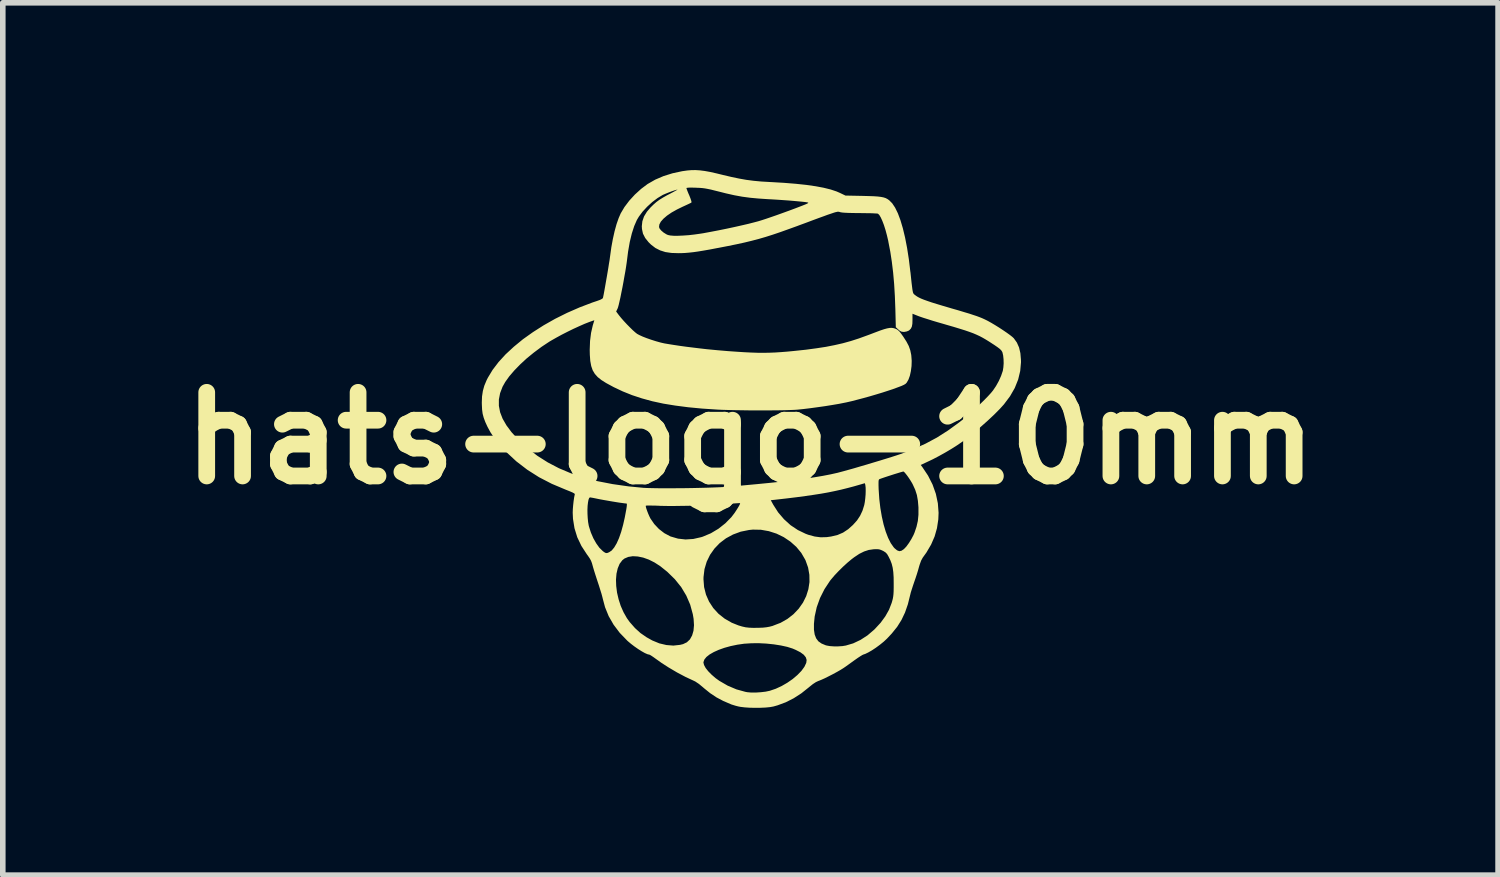
<source format=kicad_pcb>
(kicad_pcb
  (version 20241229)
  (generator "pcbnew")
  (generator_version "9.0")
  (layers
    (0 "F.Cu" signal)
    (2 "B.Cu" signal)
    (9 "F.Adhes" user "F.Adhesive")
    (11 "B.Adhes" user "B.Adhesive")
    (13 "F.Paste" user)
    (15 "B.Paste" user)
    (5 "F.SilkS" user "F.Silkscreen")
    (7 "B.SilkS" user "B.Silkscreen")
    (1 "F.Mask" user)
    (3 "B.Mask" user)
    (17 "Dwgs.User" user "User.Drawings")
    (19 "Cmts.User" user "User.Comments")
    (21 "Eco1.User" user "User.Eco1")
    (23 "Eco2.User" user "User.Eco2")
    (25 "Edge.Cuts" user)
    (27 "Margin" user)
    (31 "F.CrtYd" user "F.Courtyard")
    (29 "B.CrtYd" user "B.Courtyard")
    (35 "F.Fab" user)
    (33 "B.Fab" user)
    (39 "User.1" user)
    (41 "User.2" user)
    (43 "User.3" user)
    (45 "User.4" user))
  (footprint "hats-logo-10mm"
    (layer "F.Cu")
    (at 10.407 4.807)
    (property "Reference" "hats-logo-10mm" (at 0 0 0) (layer "F.SilkS") (effects (font (size 1.5 1.5) (thickness 0.3))))
    (attr board_only exclude_from_pos_files exclude_from_bom)
    (fp_poly (pts (xy -0.906 -4.802) (xy -0.819 -4.791) (xy -0.72 -4.773) (xy -0.605 -4.747) (xy -0.495 -4.72) (xy -0.342 -4.684) (xy -0.204 -4.655) (xy -0.074 -4.632) (xy 0.056 -4.615) (xy 0.194 -4.602) (xy 0.348 -4.593) (xy 0.372 -4.592) (xy 0.606 -4.578) (xy 0.816 -4.561) (xy 1.004 -4.541) (xy 1.17 -4.517) (xy 1.314 -4.49) (xy 1.439 -4.459) (xy 1.544 -4.424) (xy 1.606 -4.397) (xy 1.704 -4.35) (xy 2.009 -4.344) (xy 2.121 -4.341) (xy 2.211 -4.338) (xy 2.284 -4.333) (xy 2.341 -4.326) (xy 2.387 -4.317) (xy 2.424 -4.305) (xy 2.455 -4.289) (xy 2.484 -4.269) (xy 2.487 -4.267) (xy 2.542 -4.212) (xy 2.594 -4.134) (xy 2.644 -4.032) (xy 2.69 -3.909) (xy 2.733 -3.764) (xy 2.773 -3.598) (xy 2.809 -3.412) (xy 2.841 -3.206) (xy 2.868 -2.982) (xy 2.87 -2.972) (xy 2.881 -2.867) (xy 2.89 -2.783) (xy 2.898 -2.719) (xy 2.904 -2.67) (xy 2.91 -2.635) (xy 2.916 -2.61) (xy 2.923 -2.594) (xy 2.932 -2.582) (xy 2.943 -2.573) (xy 2.956 -2.563) (xy 2.964 -2.557) (xy 2.99 -2.539) (xy 3.022 -2.521) (xy 3.062 -2.502) (xy 3.112 -2.482) (xy 3.174 -2.46) (xy 3.25 -2.434) (xy 3.344 -2.405) (xy 3.456 -2.371) (xy 3.589 -2.332) (xy 3.605 -2.327) (xy 3.731 -2.291) (xy 3.836 -2.259) (xy 3.924 -2.233) (xy 3.996 -2.209) (xy 4.057 -2.189) (xy 4.108 -2.17) (xy 4.153 -2.152) (xy 4.195 -2.133) (xy 4.236 -2.113) (xy 4.263 -2.099) (xy 4.322 -2.066) (xy 4.389 -2.026) (xy 4.46 -1.982) (xy 4.53 -1.936) (xy 4.596 -1.891) (xy 4.653 -1.85) (xy 4.696 -1.816) (xy 4.723 -1.791) (xy 4.778 -1.714) (xy 4.817 -1.626) (xy 4.841 -1.524) (xy 4.851 -1.406) (xy 4.852 -1.362) (xy 4.838 -1.205) (xy 4.801 -1.051) (xy 4.74 -0.899) (xy 4.655 -0.751) (xy 4.546 -0.606) (xy 4.473 -0.525) (xy 4.374 -0.425) (xy 4.259 -0.317) (xy 4.134 -0.206) (xy 4.006 -0.098) (xy 3.88 0.003) (xy 3.79 0.071) (xy 3.705 0.129) (xy 3.604 0.193) (xy 3.494 0.258) (xy 3.381 0.321) (xy 3.272 0.378) (xy 3.22 0.403) (xy 3.054 0.481) (xy 3.083 0.519) (xy 3.185 0.672) (xy 3.266 0.832) (xy 3.325 0.998) (xy 3.361 1.168) (xy 3.374 1.339) (xy 3.369 1.458) (xy 3.345 1.615) (xy 3.303 1.763) (xy 3.24 1.908) (xy 3.156 2.051) (xy 3.09 2.143) (xy 3.061 2.196) (xy 3.034 2.271) (xy 3.023 2.308) (xy 3.007 2.366) (xy 2.985 2.438) (xy 2.96 2.514) (xy 2.936 2.583) (xy 2.914 2.648) (xy 2.893 2.713) (xy 2.875 2.77) (xy 2.865 2.812) (xy 2.864 2.815) (xy 2.823 2.98) (xy 2.772 3.127) (xy 2.709 3.26) (xy 2.631 3.384) (xy 2.535 3.503) (xy 2.449 3.595) (xy 2.39 3.65) (xy 2.322 3.705) (xy 2.25 3.758) (xy 2.179 3.805) (xy 2.113 3.843) (xy 2.057 3.87) (xy 2.029 3.879) (xy 2.007 3.889) (xy 1.971 3.911) (xy 1.925 3.941) (xy 1.874 3.977) (xy 1.868 3.981) (xy 1.811 4.022) (xy 1.753 4.064) (xy 1.701 4.101) (xy 1.664 4.126) (xy 1.614 4.157) (xy 1.551 4.193) (xy 1.479 4.232) (xy 1.405 4.27) (xy 1.335 4.305) (xy 1.273 4.333) (xy 1.226 4.352) (xy 1.221 4.353) (xy 1.174 4.375) (xy 1.119 4.411) (xy 1.054 4.463) (xy 1.051 4.466) (xy 0.913 4.576) (xy 0.775 4.665) (xy 0.635 4.736) (xy 0.487 4.791) (xy 0.413 4.812) (xy 0.352 4.823) (xy 0.272 4.831) (xy 0.181 4.835) (xy 0.084 4.836) (xy -0.013 4.834) (xy -0.102 4.828) (xy -0.178 4.819) (xy -0.219 4.811) (xy -0.269 4.798) (xy -0.314 4.784) (xy -0.346 4.774) (xy -0.347 4.773) (xy -0.487 4.713) (xy -0.61 4.648) (xy -0.721 4.574) (xy -0.83 4.486) (xy -0.852 4.467) (xy -0.923 4.408) (xy -0.989 4.364) (xy -1.02 4.349) (xy -1.164 4.282) (xy -1.317 4.201) (xy -1.471 4.11) (xy -1.604 4.024) (xy -0.843 4.024) (xy -0.832 4.068) (xy -0.803 4.122) (xy -0.757 4.18) (xy -0.697 4.241) (xy -0.627 4.302) (xy -0.556 4.353) (xy -0.407 4.439) (xy -0.251 4.505) (xy -0.092 4.549) (xy -0.055 4.556) (xy 0.014 4.562) (xy 0.098 4.562) (xy 0.187 4.556) (xy 0.273 4.546) (xy 0.348 4.53) (xy 0.348 4.53) (xy 0.454 4.494) (xy 0.56 4.445) (xy 0.662 4.386) (xy 0.757 4.32) (xy 0.842 4.248) (xy 0.914 4.174) (xy 0.968 4.1) (xy 1.001 4.03) (xy 1.008 3.978) (xy 0.993 3.93) (xy 0.956 3.884) (xy 0.896 3.84) (xy 0.812 3.797) (xy 0.756 3.773) (xy 0.661 3.743) (xy 0.547 3.718) (xy 0.421 3.698) (xy 0.286 3.684) (xy 0.151 3.677) (xy 0.018 3.678) (xy -0.105 3.686) (xy -0.11 3.686) (xy -0.235 3.704) (xy -0.355 3.729) (xy -0.467 3.76) (xy -0.568 3.796) (xy -0.657 3.836) (xy -0.732 3.879) (xy -0.789 3.924) (xy -0.826 3.97) (xy -0.842 4.015) (xy -0.843 4.024) (xy -1.604 4.024) (xy -1.617 4.014) (xy -1.699 3.956) (xy -1.742 3.925) (xy -1.778 3.901) (xy -1.803 3.886) (xy -1.811 3.883) (xy -1.845 3.875) (xy -1.893 3.854) (xy -1.95 3.822) (xy -2.015 3.781) (xy -2.081 3.735) (xy -2.145 3.686) (xy -2.204 3.636) (xy -2.212 3.628) (xy -2.344 3.491) (xy -2.454 3.345) (xy -2.542 3.192) (xy -2.607 3.032) (xy -2.644 2.894) (xy -2.655 2.85) (xy -2.671 2.79) (xy -2.693 2.72) (xy -2.716 2.646) (xy -2.729 2.607) (xy -2.752 2.537) (xy -2.411 2.537) (xy -2.407 2.651) (xy -2.392 2.77) (xy -2.364 2.89) (xy -2.326 3.008) (xy -2.276 3.121) (xy -2.216 3.227) (xy -2.165 3.298) (xy -2.07 3.406) (xy -1.972 3.495) (xy -1.862 3.571) (xy -1.76 3.628) (xy -1.634 3.68) (xy -1.507 3.71) (xy -1.383 3.72) (xy -1.263 3.707) (xy -1.209 3.694) (xy -1.14 3.661) (xy -1.085 3.609) (xy -1.046 3.539) (xy -1.021 3.454) (xy -1.012 3.354) (xy -1.019 3.241) (xy -1.033 3.158) (xy -1.08 2.986) (xy -1.15 2.824) (xy -1.241 2.672) (xy -1.355 2.53) (xy -1.356 2.529) (xy -0.842 2.529) (xy -0.831 2.671) (xy -0.797 2.806) (xy -0.742 2.931) (xy -0.667 3.046) (xy -0.573 3.149) (xy -0.462 3.237) (xy -0.335 3.31) (xy -0.215 3.358) (xy -0.148 3.378) (xy -0.086 3.392) (xy -0.022 3.399) (xy 0.051 3.402) (xy 0.141 3.401) (xy 0.147 3.401) (xy 0.225 3.398) (xy 0.289 3.391) (xy 0.344 3.381) (xy 0.401 3.366) (xy 0.402 3.365) (xy 0.495 3.329) (xy 1.139 3.329) (xy 1.139 3.435) (xy 1.152 3.521) (xy 1.178 3.589) (xy 1.218 3.643) (xy 1.275 3.683) (xy 1.349 3.714) (xy 1.368 3.719) (xy 1.424 3.729) (xy 1.496 3.734) (xy 1.574 3.734) (xy 1.65 3.729) (xy 1.711 3.719) (xy 1.843 3.68) (xy 1.974 3.618) (xy 2.099 3.537) (xy 2.215 3.438) (xy 2.228 3.426) (xy 2.335 3.31) (xy 2.419 3.195) (xy 2.485 3.078) (xy 2.533 2.954) (xy 2.543 2.919) (xy 2.553 2.881) (xy 2.56 2.842) (xy 2.565 2.799) (xy 2.568 2.745) (xy 2.569 2.676) (xy 2.569 2.607) (xy 2.568 2.496) (xy 2.562 2.403) (xy 2.551 2.324) (xy 2.534 2.255) (xy 2.509 2.189) (xy 2.476 2.122) (xy 2.476 2.122) (xy 2.451 2.079) (xy 2.425 2.051) (xy 2.39 2.028) (xy 2.373 2.019) (xy 2.337 2.003) (xy 2.306 1.994) (xy 2.272 1.991) (xy 2.225 1.992) (xy 2.207 1.993) (xy 2.122 2.005) (xy 2.039 2.032) (xy 1.952 2.075) (xy 1.859 2.137) (xy 1.813 2.172) (xy 1.74 2.233) (xy 1.661 2.305) (xy 1.582 2.383) (xy 1.508 2.461) (xy 1.447 2.533) (xy 1.427 2.558) (xy 1.328 2.708) (xy 1.248 2.867) (xy 1.189 3.031) (xy 1.152 3.198) (xy 1.139 3.329) (xy 0.495 3.329) (xy 0.54 3.312) (xy 0.663 3.242) (xy 0.772 3.157) (xy 0.865 3.059) (xy 0.942 2.95) (xy 1 2.833) (xy 1.039 2.709) (xy 1.059 2.581) (xy 1.057 2.451) (xy 1.034 2.32) (xy 0.988 2.191) (xy 0.982 2.179) (xy 0.912 2.058) (xy 0.822 1.949) (xy 0.716 1.855) (xy 0.597 1.775) (xy 0.467 1.712) (xy 0.33 1.668) (xy 0.188 1.643) (xy 0.044 1.64) (xy -0.025 1.647) (xy -0.174 1.677) (xy -0.312 1.728) (xy -0.438 1.796) (xy -0.55 1.881) (xy -0.645 1.98) (xy -0.724 2.092) (xy -0.784 2.215) (xy -0.824 2.349) (xy -0.841 2.49) (xy -0.842 2.529) (xy -1.356 2.529) (xy -1.491 2.397) (xy -1.617 2.296) (xy -1.719 2.23) (xy -1.822 2.178) (xy -1.923 2.142) (xy -2.02 2.122) (xy -2.11 2.117) (xy -2.191 2.13) (xy -2.259 2.159) (xy -2.297 2.189) (xy -2.346 2.254) (xy -2.38 2.336) (xy -2.402 2.431) (xy -2.411 2.537) (xy -2.752 2.537) (xy -2.754 2.531) (xy -2.779 2.454) (xy -2.802 2.381) (xy -2.82 2.321) (xy -2.826 2.299) (xy -2.842 2.242) (xy -2.859 2.197) (xy -2.882 2.156) (xy -2.914 2.109) (xy -2.934 2.082) (xy -3.031 1.933) (xy -3.105 1.778) (xy -3.155 1.616) (xy -3.182 1.447) (xy -3.187 1.337) (xy -3.185 1.284) (xy -2.923 1.284) (xy -2.922 1.357) (xy -2.918 1.432) (xy -2.911 1.503) (xy -2.9 1.566) (xy -2.895 1.586) (xy -2.861 1.693) (xy -2.817 1.795) (xy -2.765 1.887) (xy -2.709 1.965) (xy -2.65 2.023) (xy -2.642 2.03) (xy -2.61 2.052) (xy -2.589 2.061) (xy -2.566 2.059) (xy -2.534 2.046) (xy -2.488 2.015) (xy -2.443 1.961) (xy -2.399 1.887) (xy -2.357 1.793) (xy -2.318 1.681) (xy -2.283 1.554) (xy -2.254 1.426) (xy -2.238 1.341) (xy -2.226 1.277) (xy -2.219 1.232) (xy -2.217 1.211) (xy -1.876 1.211) (xy -1.876 1.229) (xy -1.867 1.262) (xy -1.852 1.306) (xy -1.833 1.355) (xy -1.812 1.403) (xy -1.793 1.441) (xy -1.725 1.54) (xy -1.641 1.629) (xy -1.544 1.704) (xy -1.441 1.759) (xy -1.429 1.764) (xy -1.299 1.802) (xy -1.164 1.817) (xy -1.025 1.808) (xy -0.884 1.776) (xy -0.855 1.767) (xy -0.71 1.706) (xy -0.574 1.625) (xy -0.45 1.527) (xy -0.342 1.417) (xy -0.284 1.341) (xy -0.246 1.283) (xy -0.215 1.233) (xy -0.194 1.195) (xy -0.185 1.171) (xy -0.186 1.166) (xy -0.199 1.165) (xy -0.232 1.167) (xy -0.281 1.17) (xy -0.343 1.174) (xy -0.403 1.179) (xy -0.528 1.188) (xy -0.666 1.196) (xy -0.813 1.203) (xy -0.964 1.208) (xy -1.114 1.213) (xy -1.259 1.215) (xy -1.395 1.217) (xy -1.516 1.216) (xy -1.617 1.214) (xy -1.628 1.213) (xy -1.703 1.21) (xy -1.768 1.209) (xy -1.821 1.208) (xy -1.858 1.209) (xy -1.875 1.211) (xy -1.876 1.211) (xy -2.217 1.211) (xy -2.216 1.201) (xy -2.216 1.183) (xy -2.219 1.174) (xy -2.225 1.172) (xy -2.25 1.17) (xy -2.294 1.164) (xy -2.353 1.156) (xy -2.421 1.145) (xy -2.494 1.133) (xy -2.568 1.12) (xy -2.609 1.113) (xy 0.365 1.113) (xy 0.41 1.195) (xy 0.497 1.331) (xy 0.602 1.454) (xy 0.72 1.561) (xy 0.851 1.648) (xy 0.99 1.715) (xy 1.038 1.733) (xy 1.152 1.764) (xy 1.259 1.778) (xy 1.368 1.775) (xy 1.447 1.764) (xy 1.561 1.737) (xy 1.661 1.694) (xy 1.753 1.633) (xy 1.838 1.557) (xy 1.911 1.476) (xy 1.966 1.393) (xy 2.009 1.302) (xy 2.041 1.2) (xy 2.051 1.147) (xy 2.059 1.083) (xy 2.065 1.014) (xy 2.067 0.947) (xy 2.066 0.888) (xy 2.061 0.844) (xy 2.059 0.833) (xy 2.051 0.808) (xy 1.969 0.832) (xy 1.851 0.866) (xy 1.737 0.896) (xy 1.625 0.924) (xy 1.512 0.949) (xy 1.395 0.973) (xy 1.272 0.995) (xy 1.138 1.016) (xy 0.992 1.037) (xy 0.83 1.059) (xy 0.65 1.081) (xy 0.448 1.104) (xy 0.43 1.106) (xy 0.365 1.113) (xy -2.609 1.113) (xy -2.637 1.108) (xy -2.696 1.097) (xy -2.717 1.093) (xy -2.775 1.081) (xy -2.824 1.071) (xy -2.86 1.065) (xy -2.877 1.062) (xy -2.878 1.062) (xy -2.892 1.074) (xy -2.904 1.106) (xy -2.913 1.154) (xy -2.92 1.215) (xy -2.923 1.284) (xy -3.185 1.284) (xy -3.185 1.276) (xy -3.179 1.204) (xy -3.171 1.13) (xy -3.161 1.062) (xy -3.15 1.009) (xy -3.149 1.004) (xy -3.158 0.992) (xy -3.191 0.974) (xy -3.247 0.95) (xy -3.315 0.923) (xy -3.562 0.819) (xy -3.79 0.701) (xy -4.001 0.567) (xy -4.198 0.416) (xy -4.379 0.248) (xy -4.493 0.127) (xy -4.586 0.01) (xy -4.663 -0.107) (xy -4.714 -0.201) (xy -4.755 -0.29) (xy -4.783 -0.366) (xy -4.802 -0.437) (xy -4.812 -0.512) (xy -4.816 -0.599) (xy -4.817 -0.635) (xy -4.815 -0.693) (xy -4.511 -0.693) (xy -4.511 -0.58) (xy -4.489 -0.465) (xy -4.444 -0.349) (xy -4.375 -0.229) (xy -4.284 -0.107) (xy -4.169 0.02) (xy -4.152 0.037) (xy -3.992 0.184) (xy -3.82 0.317) (xy -3.634 0.435) (xy -3.435 0.539) (xy -3.22 0.63) (xy -2.988 0.707) (xy -2.74 0.772) (xy -2.472 0.824) (xy -2.185 0.865) (xy -1.917 0.891) (xy -1.857 0.894) (xy -1.776 0.896) (xy -1.678 0.898) (xy -1.566 0.899) (xy -1.442 0.899) (xy -1.312 0.898) (xy -1.178 0.897) (xy -1.043 0.895) (xy -0.912 0.892) (xy -0.787 0.889) (xy -0.672 0.885) (xy -0.57 0.881) (xy -0.485 0.877) (xy -0.446 0.874) (xy -0.155 0.85) (xy 0.113 0.825) (xy 0.359 0.801) (xy 0.387 0.798) (xy 2.297 0.798) (xy 2.297 0.847) (xy 2.299 0.916) (xy 2.3 0.928) (xy 2.311 1.094) (xy 2.33 1.254) (xy 2.356 1.406) (xy 2.388 1.548) (xy 2.426 1.676) (xy 2.469 1.788) (xy 2.516 1.882) (xy 2.567 1.955) (xy 2.585 1.975) (xy 2.63 2.012) (xy 2.67 2.027) (xy 2.709 2.019) (xy 2.752 1.99) (xy 2.753 1.989) (xy 2.796 1.944) (xy 2.841 1.882) (xy 2.886 1.81) (xy 2.925 1.736) (xy 2.942 1.696) (xy 2.978 1.59) (xy 3.002 1.485) (xy 3.013 1.374) (xy 3.013 1.249) (xy 3.013 1.24) (xy 3.003 1.122) (xy 2.985 1.02) (xy 2.955 0.926) (xy 2.912 0.832) (xy 2.9 0.809) (xy 2.873 0.764) (xy 2.842 0.716) (xy 2.81 0.671) (xy 2.781 0.634) (xy 2.758 0.608) (xy 2.744 0.598) (xy 2.727 0.602) (xy 2.691 0.612) (xy 2.642 0.627) (xy 2.583 0.645) (xy 2.521 0.665) (xy 2.459 0.685) (xy 2.402 0.704) (xy 2.355 0.72) (xy 2.322 0.732) (xy 2.309 0.738) (xy 2.303 0.747) (xy 2.298 0.766) (xy 2.297 0.798) (xy 0.387 0.798) (xy 0.584 0.777) (xy 0.789 0.753) (xy 0.976 0.728) (xy 1.146 0.702) (xy 1.3 0.676) (xy 1.439 0.649) (xy 1.564 0.621) (xy 1.601 0.611) (xy 1.669 0.593) (xy 1.755 0.569) (xy 1.856 0.541) (xy 1.967 0.508) (xy 2.084 0.474) (xy 2.203 0.438) (xy 2.32 0.403) (xy 2.43 0.369) (xy 2.53 0.338) (xy 2.614 0.311) (xy 2.68 0.289) (xy 2.687 0.287) (xy 2.922 0.197) (xy 3.14 0.099) (xy 3.345 -0.011) (xy 3.543 -0.137) (xy 3.741 -0.281) (xy 3.804 -0.33) (xy 3.878 -0.392) (xy 3.958 -0.462) (xy 4.039 -0.536) (xy 4.119 -0.611) (xy 4.194 -0.684) (xy 4.26 -0.752) (xy 4.314 -0.811) (xy 4.35 -0.855) (xy 4.404 -0.935) (xy 4.454 -1.025) (xy 4.495 -1.117) (xy 4.524 -1.202) (xy 4.526 -1.208) (xy 4.536 -1.271) (xy 4.541 -1.342) (xy 4.539 -1.415) (xy 4.532 -1.482) (xy 4.52 -1.535) (xy 4.513 -1.551) (xy 4.498 -1.574) (xy 4.471 -1.601) (xy 4.43 -1.632) (xy 4.372 -1.672) (xy 4.347 -1.688) (xy 4.281 -1.731) (xy 4.221 -1.768) (xy 4.166 -1.8) (xy 4.111 -1.829) (xy 4.055 -1.855) (xy 3.994 -1.881) (xy 3.926 -1.906) (xy 3.847 -1.933) (xy 3.754 -1.962) (xy 3.646 -1.995) (xy 3.518 -2.032) (xy 3.45 -2.052) (xy 3.356 -2.079) (xy 3.265 -2.106) (xy 3.181 -2.133) (xy 3.107 -2.156) (xy 3.048 -2.176) (xy 3.009 -2.19) (xy 3.007 -2.191) (xy 2.906 -2.231) (xy 2.906 -2.122) (xy 2.904 -2.052) (xy 2.895 -2.001) (xy 2.877 -1.964) (xy 2.85 -1.936) (xy 2.833 -1.925) (xy 2.798 -1.912) (xy 2.756 -1.905) (xy 2.749 -1.905) (xy 2.711 -1.909) (xy 2.679 -1.925) (xy 2.653 -1.947) (xy 2.607 -1.989) (xy 2.599 -2.31) (xy 2.59 -2.548) (xy 2.577 -2.766) (xy 2.559 -2.969) (xy 2.536 -3.16) (xy 2.508 -3.344) (xy 2.473 -3.525) (xy 2.472 -3.534) (xy 2.448 -3.636) (xy 2.422 -3.733) (xy 2.394 -3.821) (xy 2.365 -3.897) (xy 2.337 -3.958) (xy 2.311 -4.002) (xy 2.288 -4.024) (xy 2.287 -4.025) (xy 2.269 -4.028) (xy 2.231 -4.03) (xy 2.175 -4.033) (xy 2.105 -4.034) (xy 2.025 -4.035) (xy 1.96 -4.036) (xy 1.849 -4.037) (xy 1.761 -4.039) (xy 1.694 -4.042) (xy 1.645 -4.046) (xy 1.615 -4.051) (xy 1.609 -4.053) (xy 1.598 -4.056) (xy 1.588 -4.059) (xy 1.577 -4.06) (xy 1.563 -4.06) (xy 1.544 -4.056) (xy 1.518 -4.05) (xy 1.484 -4.039) (xy 1.44 -4.024) (xy 1.383 -4.005) (xy 1.313 -3.979) (xy 1.227 -3.948) (xy 1.124 -3.91) (xy 1.002 -3.864) (xy 0.858 -3.811) (xy 0.851 -3.808) (xy 0.685 -3.748) (xy 0.537 -3.695) (xy 0.401 -3.649) (xy 0.272 -3.608) (xy 0.148 -3.572) (xy 0.022 -3.539) (xy -0.11 -3.507) (xy -0.252 -3.476) (xy -0.409 -3.444) (xy -0.585 -3.41) (xy -0.592 -3.409) (xy -0.727 -3.383) (xy -0.842 -3.363) (xy -0.939 -3.347) (xy -1.024 -3.335) (xy -1.098 -3.327) (xy -1.166 -3.321) (xy -1.231 -3.318) (xy -1.288 -3.317) (xy -1.416 -3.321) (xy -1.525 -3.337) (xy -1.619 -3.367) (xy -1.704 -3.41) (xy -1.782 -3.47) (xy -1.826 -3.513) (xy -1.887 -3.589) (xy -1.927 -3.667) (xy -1.945 -3.751) (xy -1.947 -3.787) (xy -1.639 -3.787) (xy -1.631 -3.762) (xy -1.603 -3.726) (xy -1.559 -3.688) (xy -1.508 -3.656) (xy -1.479 -3.643) (xy -1.437 -3.634) (xy -1.375 -3.629) (xy -1.296 -3.629) (xy -1.205 -3.633) (xy -1.105 -3.64) (xy -1.001 -3.652) (xy -0.895 -3.667) (xy -0.85 -3.674) (xy -0.715 -3.699) (xy -0.574 -3.726) (xy -0.431 -3.755) (xy -0.291 -3.785) (xy -0.158 -3.815) (xy -0.037 -3.843) (xy 0.068 -3.87) (xy 0.14 -3.889) (xy 0.199 -3.907) (xy 0.276 -3.932) (xy 0.367 -3.963) (xy 0.465 -3.997) (xy 0.568 -4.034) (xy 0.67 -4.071) (xy 0.695 -4.08) (xy 0.797 -4.118) (xy 0.878 -4.149) (xy 0.94 -4.173) (xy 0.985 -4.191) (xy 1.015 -4.204) (xy 1.032 -4.214) (xy 1.038 -4.22) (xy 1.034 -4.224) (xy 1.025 -4.227) (xy 0.99 -4.233) (xy 0.934 -4.239) (xy 0.862 -4.246) (xy 0.776 -4.254) (xy 0.681 -4.262) (xy 0.581 -4.269) (xy 0.48 -4.276) (xy 0.38 -4.282) (xy 0.306 -4.286) (xy 0.142 -4.297) (xy -0.007 -4.311) (xy -0.148 -4.33) (xy -0.29 -4.356) (xy -0.441 -4.39) (xy -0.547 -4.417) (xy -0.636 -4.439) (xy -0.707 -4.457) (xy -0.765 -4.469) (xy -0.814 -4.478) (xy -0.86 -4.484) (xy -0.908 -4.488) (xy -0.962 -4.49) (xy -0.98 -4.491) (xy -1.058 -4.493) (xy -1.112 -4.492) (xy -1.142 -4.488) (xy -1.148 -4.484) (xy -1.143 -4.468) (xy -1.131 -4.435) (xy -1.113 -4.39) (xy -1.097 -4.354) (xy -1.076 -4.301) (xy -1.062 -4.259) (xy -1.056 -4.233) (xy -1.058 -4.226) (xy -1.072 -4.217) (xy -1.105 -4.201) (xy -1.15 -4.18) (xy -1.204 -4.155) (xy -1.205 -4.155) (xy -1.316 -4.101) (xy -1.414 -4.046) (xy -1.496 -3.99) (xy -1.56 -3.935) (xy -1.607 -3.882) (xy -1.633 -3.832) (xy -1.639 -3.787) (xy -1.947 -3.787) (xy -1.948 -3.798) (xy -1.938 -3.889) (xy -1.908 -3.976) (xy -1.856 -4.061) (xy -1.792 -4.136) (xy -1.739 -4.188) (xy -1.688 -4.233) (xy -1.634 -4.273) (xy -1.57 -4.313) (xy -1.492 -4.357) (xy -1.449 -4.379) (xy -1.396 -4.407) (xy -1.352 -4.431) (xy -1.322 -4.448) (xy -1.308 -4.456) (xy -1.308 -4.457) (xy -1.328 -4.453) (xy -1.365 -4.442) (xy -1.412 -4.426) (xy -1.463 -4.407) (xy -1.513 -4.387) (xy -1.555 -4.369) (xy -1.573 -4.361) (xy -1.666 -4.305) (xy -1.76 -4.234) (xy -1.851 -4.151) (xy -1.933 -4.063) (xy -2 -3.973) (xy -2.036 -3.913) (xy -2.084 -3.803) (xy -2.127 -3.67) (xy -2.164 -3.517) (xy -2.194 -3.345) (xy -2.21 -3.218) (xy -2.218 -3.155) (xy -2.229 -3.079) (xy -2.243 -2.992) (xy -2.26 -2.899) (xy -2.277 -2.802) (xy -2.295 -2.705) (xy -2.314 -2.612) (xy -2.331 -2.526) (xy -2.348 -2.451) (xy -2.362 -2.39) (xy -2.374 -2.347) (xy -2.381 -2.327) (xy -2.408 -2.271) (xy -2.358 -2.204) (xy -2.319 -2.156) (xy -2.271 -2.101) (xy -2.217 -2.043) (xy -2.162 -1.987) (xy -2.11 -1.936) (xy -2.065 -1.896) (xy -2.032 -1.87) (xy -1.991 -1.848) (xy -1.932 -1.821) (xy -1.86 -1.793) (xy -1.78 -1.765) (xy -1.698 -1.739) (xy -1.62 -1.717) (xy -1.6 -1.712) (xy -1.543 -1.699) (xy -1.466 -1.686) (xy -1.372 -1.671) (xy -1.266 -1.655) (xy -1.15 -1.639) (xy -1.028 -1.624) (xy -0.905 -1.609) (xy -0.783 -1.595) (xy -0.668 -1.584) (xy -0.582 -1.576) (xy -0.406 -1.561) (xy -0.25 -1.55) (xy -0.112 -1.541) (xy 0.013 -1.535) (xy 0.127 -1.531) (xy 0.235 -1.53) (xy 0.339 -1.532) (xy 0.443 -1.536) (xy 0.55 -1.543) (xy 0.665 -1.552) (xy 0.788 -1.564) (xy 0.995 -1.586) (xy 1.181 -1.611) (xy 1.351 -1.637) (xy 1.509 -1.668) (xy 1.658 -1.702) (xy 1.802 -1.742) (xy 1.945 -1.788) (xy 2.091 -1.841) (xy 2.137 -1.858) (xy 2.242 -1.898) (xy 2.327 -1.93) (xy 2.395 -1.953) (xy 2.45 -1.968) (xy 2.494 -1.976) (xy 2.53 -1.978) (xy 2.562 -1.974) (xy 2.592 -1.965) (xy 2.603 -1.961) (xy 2.629 -1.949) (xy 2.651 -1.932) (xy 2.675 -1.909) (xy 2.703 -1.873) (xy 2.74 -1.821) (xy 2.742 -1.818) (xy 2.798 -1.731) (xy 2.839 -1.653) (xy 2.866 -1.577) (xy 2.883 -1.496) (xy 2.885 -1.479) (xy 2.892 -1.386) (xy 2.889 -1.292) (xy 2.877 -1.201) (xy 2.859 -1.119) (xy 2.833 -1.048) (xy 2.802 -0.995) (xy 2.782 -0.974) (xy 2.754 -0.957) (xy 2.706 -0.935) (xy 2.639 -0.91) (xy 2.558 -0.88) (xy 2.464 -0.849) (xy 2.362 -0.816) (xy 2.253 -0.783) (xy 2.141 -0.75) (xy 2.029 -0.719) (xy 1.919 -0.69) (xy 1.815 -0.663) (xy 1.719 -0.641) (xy 1.688 -0.635) (xy 1.588 -0.615) (xy 1.47 -0.595) (xy 1.34 -0.574) (xy 1.206 -0.555) (xy 1.074 -0.537) (xy 0.951 -0.522) (xy 0.843 -0.511) (xy 0.784 -0.507) (xy 0.704 -0.504) (xy 0.606 -0.501) (xy 0.495 -0.499) (xy 0.372 -0.498) (xy 0.242 -0.497) (xy 0.107 -0.497) (xy -0.028 -0.498) (xy -0.16 -0.5) (xy -0.287 -0.502) (xy -0.404 -0.505) (xy -0.508 -0.508) (xy -0.592 -0.512) (xy -0.865 -0.53) (xy -1.116 -0.554) (xy -1.347 -0.584) (xy -1.561 -0.619) (xy -1.76 -0.662) (xy -1.946 -0.713) (xy -2.122 -0.771) (xy -2.289 -0.838) (xy -2.45 -0.914) (xy -2.587 -0.988) (xy -2.671 -1.041) (xy -2.738 -1.094) (xy -2.79 -1.152) (xy -2.829 -1.217) (xy -2.855 -1.293) (xy -2.872 -1.384) (xy -2.88 -1.493) (xy -2.882 -1.583) (xy -2.876 -1.744) (xy -2.858 -1.887) (xy -2.828 -2.018) (xy -2.822 -2.038) (xy -2.799 -2.114) (xy -2.825 -2.106) (xy -2.892 -2.082) (xy -2.976 -2.049) (xy -3.071 -2.007) (xy -3.174 -1.96) (xy -3.28 -1.908) (xy -3.384 -1.855) (xy -3.481 -1.802) (xy -3.569 -1.752) (xy -3.603 -1.732) (xy -3.745 -1.638) (xy -3.882 -1.536) (xy -4.011 -1.431) (xy -4.129 -1.322) (xy -4.234 -1.214) (xy -4.325 -1.108) (xy -4.397 -1.007) (xy -4.445 -0.922) (xy -4.489 -0.807) (xy -4.511 -0.693) (xy -4.815 -0.693) (xy -4.813 -0.748) (xy -4.798 -0.847) (xy -4.772 -0.941) (xy -4.731 -1.039) (xy -4.707 -1.086) (xy -4.623 -1.225) (xy -4.517 -1.364) (xy -4.39 -1.503) (xy -4.243 -1.639) (xy -4.08 -1.773) (xy -3.9 -1.901) (xy -3.707 -2.024) (xy -3.502 -2.14) (xy -3.287 -2.247) (xy -3.063 -2.345) (xy -2.832 -2.433) (xy -2.751 -2.46) (xy -2.696 -2.48) (xy -2.659 -2.499) (xy -2.645 -2.513) (xy -2.64 -2.537) (xy -2.631 -2.58) (xy -2.62 -2.64) (xy -2.607 -2.713) (xy -2.593 -2.794) (xy -2.578 -2.879) (xy -2.563 -2.966) (xy -2.549 -3.05) (xy -2.537 -3.127) (xy -2.526 -3.193) (xy -2.519 -3.245) (xy -2.515 -3.273) (xy -2.494 -3.424) (xy -2.467 -3.571) (xy -2.436 -3.71) (xy -2.401 -3.837) (xy -2.363 -3.946) (xy -2.326 -4.031) (xy -2.259 -4.144) (xy -2.173 -4.258) (xy -2.072 -4.368) (xy -1.96 -4.47) (xy -1.843 -4.558) (xy -1.839 -4.56) (xy -1.708 -4.635) (xy -1.559 -4.699) (xy -1.396 -4.75) (xy -1.224 -4.787) (xy -1.132 -4.8) (xy -1.059 -4.806) (xy -0.985 -4.807)) (stroke (width 0) (type solid)) (fill yes) (layer "F.SilkS")))
  (gr_rect
    (start -3 -3)
    (end 23.814 12.643)
    (stroke (width 0.1) (type default))
    (fill no)
    (layer "Edge.Cuts")))
</source>
